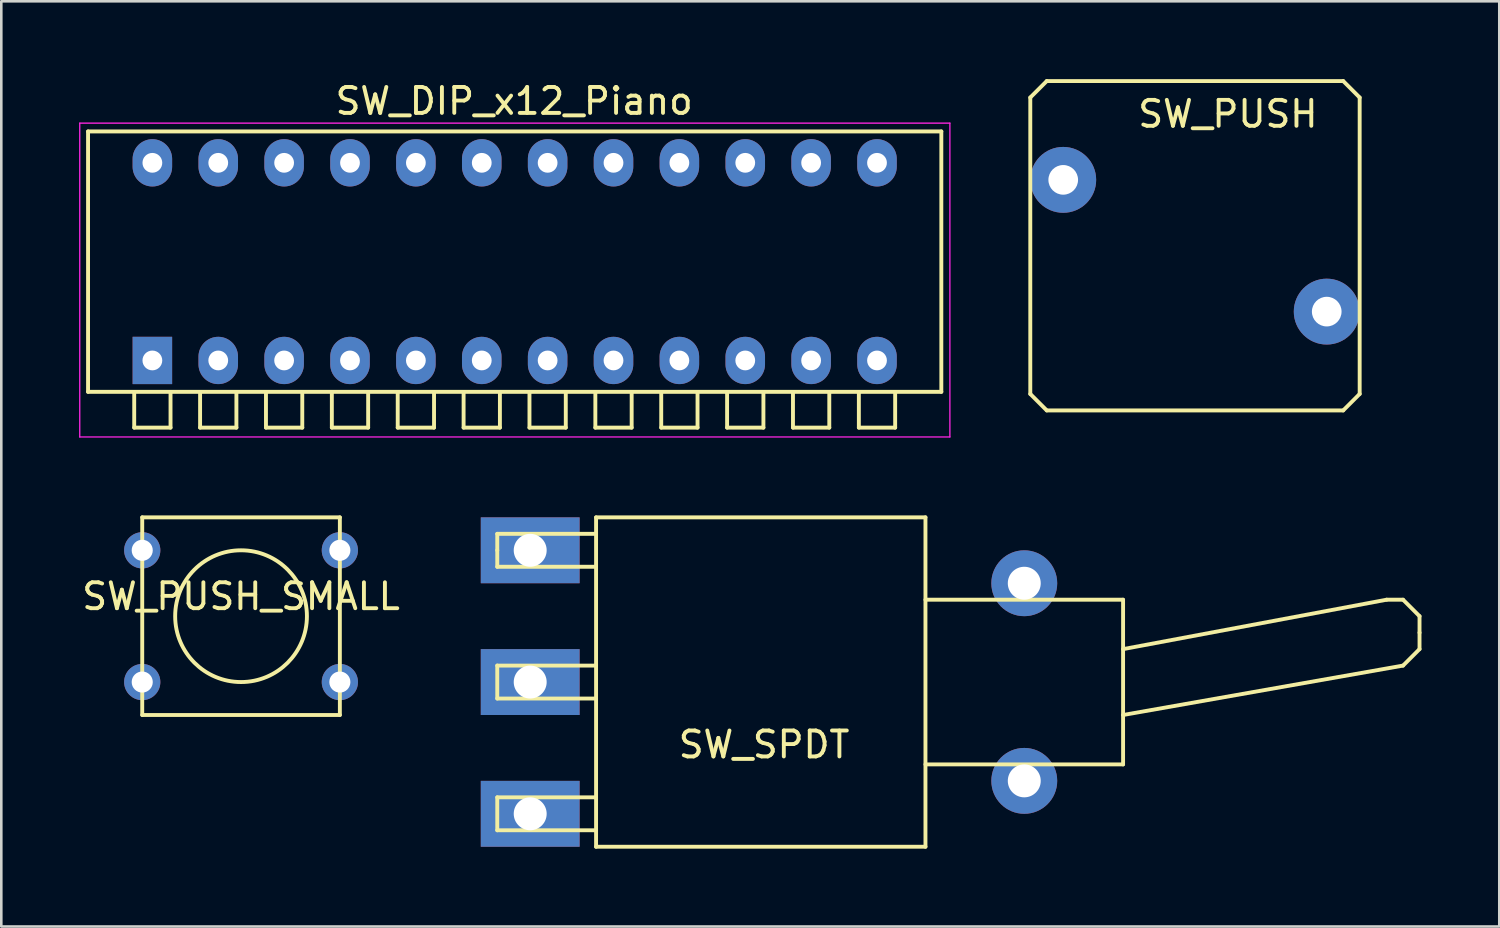
<source format=kicad_pcb>
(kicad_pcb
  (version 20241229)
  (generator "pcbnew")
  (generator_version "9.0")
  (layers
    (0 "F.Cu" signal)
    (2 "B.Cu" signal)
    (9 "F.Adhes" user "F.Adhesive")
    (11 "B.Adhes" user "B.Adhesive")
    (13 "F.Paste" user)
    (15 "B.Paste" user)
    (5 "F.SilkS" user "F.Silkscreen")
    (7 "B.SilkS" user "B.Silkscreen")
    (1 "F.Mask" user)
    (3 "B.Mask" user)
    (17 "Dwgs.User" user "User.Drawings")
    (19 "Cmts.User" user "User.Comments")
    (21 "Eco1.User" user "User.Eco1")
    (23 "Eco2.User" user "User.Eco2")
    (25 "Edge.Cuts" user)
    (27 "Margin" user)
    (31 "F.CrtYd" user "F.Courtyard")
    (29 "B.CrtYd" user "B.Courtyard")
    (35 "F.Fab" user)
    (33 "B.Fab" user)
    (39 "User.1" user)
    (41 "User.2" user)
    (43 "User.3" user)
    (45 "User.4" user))
  (footprint "SW_PUSH_SMALL"
    (layer "F.Cu")
    (at 6.244 20.708)
    (property "Reference" "SW_PUSH_SMALL" (at 0 -0.762 0) (layer "F.SilkS") (effects (font (size 1 1) (thickness 0.15))))
    (attr through_hole)
    (fp_line (start -3.81 -3.81) (end -3.81 3.81) (stroke (width 0.15) (type solid)) (layer "F.SilkS"))
    (fp_line (start -3.81 -3.81) (end 3.81 -3.81) (stroke (width 0.15) (type solid)) (layer "F.SilkS"))
    (fp_line (start 3.81 -3.81) (end 3.81 3.81) (stroke (width 0.15) (type solid)) (layer "F.SilkS"))
    (fp_line (start 3.81 3.81) (end -3.81 3.81) (stroke (width 0.15) (type solid)) (layer "F.SilkS"))
    (fp_circle (center 0 0) (end 0 -2.54) (stroke (width 0.15) (type solid)) (fill no) (layer "F.SilkS"))
    (pad "1" thru_hole circle (at -3.81 -2.54) (size 1.397 1.397) (drill 0.813) (layers "*.Cu" "*.Mask"))
    (pad "1" thru_hole circle (at 3.81 -2.54) (size 1.397 1.397) (drill 0.813) (layers "*.Cu" "*.Mask"))
    (pad "2" thru_hole circle (at -3.81 2.54) (size 1.397 1.397) (drill 0.813) (layers "*.Cu" "*.Mask"))
    (pad "2" thru_hole circle (at 3.81 2.54) (size 1.397 1.397) (drill 0.813) (layers "*.Cu" "*.Mask")))
  (footprint "SW_PUSH"
    (layer "F.Cu")
    (at 43.025 6.425)
    (property "Reference" "SW_PUSH" (at 1.27 -5.08 0) (layer "F.SilkS") (effects (font (size 1 1) (thickness 0.15))))
    (attr through_hole)
    (fp_line (start -6.35 -5.715) (end -5.715 -6.35) (stroke (width 0.15) (type solid)) (layer "F.SilkS"))
    (fp_line (start -6.35 5.715) (end -6.35 -5.715) (stroke (width 0.15) (type solid)) (layer "F.SilkS"))
    (fp_line (start -5.715 -6.35) (end 5.715 -6.35) (stroke (width 0.15) (type solid)) (layer "F.SilkS"))
    (fp_line (start -5.715 6.35) (end -6.35 5.715) (stroke (width 0.15) (type solid)) (layer "F.SilkS"))
    (fp_line (start 5.715 -6.35) (end 6.35 -5.715) (stroke (width 0.15) (type solid)) (layer "F.SilkS"))
    (fp_line (start 5.715 6.35) (end -5.715 6.35) (stroke (width 0.15) (type solid)) (layer "F.SilkS"))
    (fp_line (start 6.35 -5.715) (end 6.35 5.715) (stroke (width 0.15) (type solid)) (layer "F.SilkS"))
    (fp_line (start 6.35 5.715) (end 5.715 6.35) (stroke (width 0.15) (type solid)) (layer "F.SilkS"))
    (pad "1" thru_hole circle (at -5.08 -2.54) (size 2.54 2.54) (drill 1.143) (layers "*.Cu" "*.Mask"))
    (pad "2" thru_hole circle (at 5.08 2.54) (size 2.54 2.54) (drill 1.143) (layers "*.Cu" "*.Mask")))
  (footprint "SW_DIP_x12_Piano"
    (layer "F.Cu")
    (at 2.825 10.848)
    (property "Reference" "SW_DIP_x12_Piano" (at 13.95 -10 0) (layer "F.SilkS") (effects (font (size 1 1) (thickness 0.15))))
    (attr through_hole)
    (fp_line (start -2.48 -8.83) (end 30.42 -8.83) (stroke (width 0.15) (type solid)) (layer "F.SilkS"))
    (fp_line (start -2.48 1.21) (end -2.48 -8.83) (stroke (width 0.15) (type solid)) (layer "F.SilkS"))
    (fp_line (start -0.7 1.22) (end -0.7 2.59) (stroke (width 0.15) (type solid)) (layer "F.SilkS"))
    (fp_line (start -0.7 2.59) (end 0.7 2.59) (stroke (width 0.15) (type solid)) (layer "F.SilkS"))
    (fp_line (start 0.7 2.59) (end 0.7 1.22) (stroke (width 0.15) (type solid)) (layer "F.SilkS"))
    (fp_line (start 1.84 1.22) (end 1.84 2.59) (stroke (width 0.15) (type solid)) (layer "F.SilkS"))
    (fp_line (start 1.84 2.59) (end 3.24 2.59) (stroke (width 0.15) (type solid)) (layer "F.SilkS"))
    (fp_line (start 3.24 2.59) (end 3.24 1.22) (stroke (width 0.15) (type solid)) (layer "F.SilkS"))
    (fp_line (start 4.38 1.22) (end 4.38 2.59) (stroke (width 0.15) (type solid)) (layer "F.SilkS"))
    (fp_line (start 4.38 2.59) (end 5.78 2.59) (stroke (width 0.15) (type solid)) (layer "F.SilkS"))
    (fp_line (start 5.78 2.59) (end 5.78 1.22) (stroke (width 0.15) (type solid)) (layer "F.SilkS"))
    (fp_line (start 6.92 1.22) (end 6.92 2.59) (stroke (width 0.15) (type solid)) (layer "F.SilkS"))
    (fp_line (start 6.92 2.59) (end 8.32 2.59) (stroke (width 0.15) (type solid)) (layer "F.SilkS"))
    (fp_line (start 8.32 2.59) (end 8.32 1.22) (stroke (width 0.15) (type solid)) (layer "F.SilkS"))
    (fp_line (start 9.46 1.22) (end 9.46 2.59) (stroke (width 0.15) (type solid)) (layer "F.SilkS"))
    (fp_line (start 9.46 2.59) (end 10.86 2.59) (stroke (width 0.15) (type solid)) (layer "F.SilkS"))
    (fp_line (start 10.86 2.59) (end 10.86 1.22) (stroke (width 0.15) (type solid)) (layer "F.SilkS"))
    (fp_line (start 12 1.22) (end 12 2.59) (stroke (width 0.15) (type solid)) (layer "F.SilkS"))
    (fp_line (start 12 2.59) (end 13.4 2.59) (stroke (width 0.15) (type solid)) (layer "F.SilkS"))
    (fp_line (start 13.4 2.59) (end 13.4 1.22) (stroke (width 0.15) (type solid)) (layer "F.SilkS"))
    (fp_line (start 14.54 1.22) (end 14.54 2.59) (stroke (width 0.15) (type solid)) (layer "F.SilkS"))
    (fp_line (start 14.54 2.59) (end 15.94 2.59) (stroke (width 0.15) (type solid)) (layer "F.SilkS"))
    (fp_line (start 15.94 2.59) (end 15.94 1.22) (stroke (width 0.15) (type solid)) (layer "F.SilkS"))
    (fp_line (start 17.08 1.22) (end 17.08 2.59) (stroke (width 0.15) (type solid)) (layer "F.SilkS"))
    (fp_line (start 17.08 2.59) (end 18.48 2.59) (stroke (width 0.15) (type solid)) (layer "F.SilkS"))
    (fp_line (start 18.48 2.59) (end 18.48 1.22) (stroke (width 0.15) (type solid)) (layer "F.SilkS"))
    (fp_line (start 19.62 1.22) (end 19.62 2.59) (stroke (width 0.15) (type solid)) (layer "F.SilkS"))
    (fp_line (start 19.62 2.59) (end 21.02 2.59) (stroke (width 0.15) (type solid)) (layer "F.SilkS"))
    (fp_line (start 21.02 2.59) (end 21.02 1.22) (stroke (width 0.15) (type solid)) (layer "F.SilkS"))
    (fp_line (start 22.16 1.22) (end 22.16 2.59) (stroke (width 0.15) (type solid)) (layer "F.SilkS"))
    (fp_line (start 22.16 2.59) (end 23.56 2.59) (stroke (width 0.15) (type solid)) (layer "F.SilkS"))
    (fp_line (start 23.56 2.59) (end 23.56 1.22) (stroke (width 0.15) (type solid)) (layer "F.SilkS"))
    (fp_line (start 24.7 1.22) (end 24.7 2.59) (stroke (width 0.15) (type solid)) (layer "F.SilkS"))
    (fp_line (start 24.7 2.59) (end 26.1 2.59) (stroke (width 0.15) (type solid)) (layer "F.SilkS"))
    (fp_line (start 26.1 2.59) (end 26.1 1.22) (stroke (width 0.15) (type solid)) (layer "F.SilkS"))
    (fp_line (start 27.24 1.22) (end 27.24 2.59) (stroke (width 0.15) (type solid)) (layer "F.SilkS"))
    (fp_line (start 27.24 2.59) (end 28.64 2.59) (stroke (width 0.15) (type solid)) (layer "F.SilkS"))
    (fp_line (start 28.64 2.59) (end 28.64 1.22) (stroke (width 0.15) (type solid)) (layer "F.SilkS"))
    (fp_line (start 30.42 -8.83) (end 30.42 1.21) (stroke (width 0.15) (type solid)) (layer "F.SilkS"))
    (fp_line (start 30.42 1.21) (end -2.48 1.21) (stroke (width 0.15) (type solid)) (layer "F.SilkS"))
    (fp_line (start -2.8 -9.15) (end -2.8 2.95) (stroke (width 0.05) (type solid)) (layer "F.CrtYd"))
    (fp_line (start -2.8 2.95) (end 30.75 2.95) (stroke (width 0.05) (type solid)) (layer "F.CrtYd"))
    (fp_line (start 30.75 -9.15) (end -2.8 -9.15) (stroke (width 0.05) (type solid)) (layer "F.CrtYd"))
    (fp_line (start 30.75 2.95) (end 30.75 -9.15) (stroke (width 0.05) (type solid)) (layer "F.CrtYd"))
    (pad "1" thru_hole rect (at 0 0) (size 1.524 1.824) (drill 0.762) (layers "*.Cu" "*.Mask"))
    (pad "2" thru_hole oval (at 2.54 0) (size 1.524 1.824) (drill 0.762) (layers "*.Cu" "*.Mask"))
    (pad "3" thru_hole oval (at 5.08 0) (size 1.524 1.824) (drill 0.762) (layers "*.Cu" "*.Mask"))
    (pad "4" thru_hole oval (at 7.62 0) (size 1.524 1.824) (drill 0.762) (layers "*.Cu" "*.Mask"))
    (pad "5" thru_hole oval (at 10.16 0) (size 1.524 1.824) (drill 0.762) (layers "*.Cu" "*.Mask"))
    (pad "6" thru_hole oval (at 12.7 0) (size 1.524 1.824) (drill 0.762) (layers "*.Cu" "*.Mask"))
    (pad "7" thru_hole oval (at 15.24 0) (size 1.524 1.824) (drill 0.762) (layers "*.Cu" "*.Mask"))
    (pad "8" thru_hole oval (at 17.78 0) (size 1.524 1.824) (drill 0.762) (layers "*.Cu" "*.Mask"))
    (pad "9" thru_hole oval (at 20.32 0) (size 1.524 1.824) (drill 0.762) (layers "*.Cu" "*.Mask"))
    (pad "10" thru_hole oval (at 22.86 0) (size 1.524 1.824) (drill 0.762) (layers "*.Cu" "*.Mask"))
    (pad "11" thru_hole oval (at 25.4 0) (size 1.524 1.824) (drill 0.762) (layers "*.Cu" "*.Mask"))
    (pad "12" thru_hole oval (at 27.94 0) (size 1.524 1.824) (drill 0.762) (layers "*.Cu" "*.Mask"))
    (pad "13" thru_hole oval (at 27.94 -7.62) (size 1.524 1.824) (drill 0.762) (layers "*.Cu" "*.Mask"))
    (pad "14" thru_hole oval (at 25.4 -7.62) (size 1.524 1.824) (drill 0.762) (layers "*.Cu" "*.Mask"))
    (pad "15" thru_hole oval (at 22.86 -7.62) (size 1.524 1.824) (drill 0.762) (layers "*.Cu" "*.Mask"))
    (pad "16" thru_hole oval (at 20.32 -7.62) (size 1.524 1.824) (drill 0.762) (layers "*.Cu" "*.Mask"))
    (pad "17" thru_hole oval (at 17.78 -7.62) (size 1.524 1.824) (drill 0.762) (layers "*.Cu" "*.Mask"))
    (pad "18" thru_hole oval (at 15.24 -7.62) (size 1.524 1.824) (drill 0.762) (layers "*.Cu" "*.Mask"))
    (pad "19" thru_hole oval (at 12.7 -7.62) (size 1.524 1.824) (drill 0.762) (layers "*.Cu" "*.Mask"))
    (pad "20" thru_hole oval (at 10.16 -7.62) (size 1.524 1.824) (drill 0.762) (layers "*.Cu" "*.Mask"))
    (pad "21" thru_hole oval (at 7.62 -7.62) (size 1.524 1.824) (drill 0.762) (layers "*.Cu" "*.Mask"))
    (pad "22" thru_hole oval (at 5.08 -7.62) (size 1.524 1.824) (drill 0.762) (layers "*.Cu" "*.Mask"))
    (pad "23" thru_hole oval (at 2.54 -7.62) (size 1.524 1.824) (drill 0.762) (layers "*.Cu" "*.Mask"))
    (pad "24" thru_hole oval (at 0 -7.62) (size 1.524 1.824) (drill 0.762) (layers "*.Cu" "*.Mask")))
  (footprint "SW_SPDT"
    (layer "F.Cu")
    (at 17.393 23.248)
    (property "Reference" "SW_SPDT" (at 9.017 2.413 180) (layer "F.SilkS") (effects (font (size 1 1) (thickness 0.15))))
    (attr through_hole)
    (fp_line (start -1.27 -5.715) (end -1.27 -5.08) (stroke (width 0.15) (type solid)) (layer "F.SilkS"))
    (fp_line (start -1.27 -5.715) (end 2.54 -5.715) (stroke (width 0.15) (type solid)) (layer "F.SilkS"))
    (fp_line (start -1.27 -5.08) (end -1.27 -4.445) (stroke (width 0.15) (type solid)) (layer "F.SilkS"))
    (fp_line (start -1.27 -4.445) (end 2.54 -4.445) (stroke (width 0.15) (type solid)) (layer "F.SilkS"))
    (fp_line (start -1.27 -0.635) (end -1.27 0.635) (stroke (width 0.15) (type solid)) (layer "F.SilkS"))
    (fp_line (start -1.27 0.635) (end 2.54 0.635) (stroke (width 0.15) (type solid)) (layer "F.SilkS"))
    (fp_line (start -1.27 4.445) (end -1.27 5.715) (stroke (width 0.15) (type solid)) (layer "F.SilkS"))
    (fp_line (start -1.27 5.715) (end 2.54 5.715) (stroke (width 0.15) (type solid)) (layer "F.SilkS"))
    (fp_line (start 2.54 -6.35) (end 2.54 6.35) (stroke (width 0.15) (type solid)) (layer "F.SilkS"))
    (fp_line (start 2.54 -0.635) (end -1.27 -0.635) (stroke (width 0.15) (type solid)) (layer "F.SilkS"))
    (fp_line (start 2.54 4.445) (end -1.27 4.445) (stroke (width 0.15) (type solid)) (layer "F.SilkS"))
    (fp_line (start 2.54 6.35) (end 15.24 6.35) (stroke (width 0.15) (type solid)) (layer "F.SilkS"))
    (fp_line (start 15.24 -6.35) (end 2.54 -6.35) (stroke (width 0.15) (type solid)) (layer "F.SilkS"))
    (fp_line (start 15.24 -3.175) (end 22.86 -3.175) (stroke (width 0.15) (type solid)) (layer "F.SilkS"))
    (fp_line (start 15.24 6.35) (end 15.24 -6.35) (stroke (width 0.15) (type solid)) (layer "F.SilkS"))
    (fp_line (start 22.86 -3.175) (end 22.86 3.175) (stroke (width 0.15) (type solid)) (layer "F.SilkS"))
    (fp_line (start 22.86 -1.27) (end 33.02 -3.175) (stroke (width 0.15) (type solid)) (layer "F.SilkS"))
    (fp_line (start 22.86 3.175) (end 15.24 3.175) (stroke (width 0.15) (type solid)) (layer "F.SilkS"))
    (fp_line (start 33.02 -3.175) (end 33.655 -3.175) (stroke (width 0.15) (type solid)) (layer "F.SilkS"))
    (fp_line (start 33.655 -3.175) (end 34.29 -2.54) (stroke (width 0.15) (type solid)) (layer "F.SilkS"))
    (fp_line (start 33.655 -0.635) (end 22.86 1.27) (stroke (width 0.15) (type solid)) (layer "F.SilkS"))
    (fp_line (start 34.29 -2.54) (end 34.29 -1.905) (stroke (width 0.15) (type solid)) (layer "F.SilkS"))
    (fp_line (start 34.29 -1.905) (end 34.29 -1.27) (stroke (width 0.15) (type solid)) (layer "F.SilkS"))
    (fp_line (start 34.29 -1.27) (end 33.655 -0.635) (stroke (width 0.15) (type solid)) (layer "F.SilkS"))
    (pad "1" thru_hole rect (at 0 -5.08) (size 3.81 2.54) (drill 1.27) (layers "*.Cu" "*.Mask"))
    (pad "2" thru_hole rect (at 0 0) (size 3.81 2.54) (drill 1.27) (layers "*.Cu" "*.Mask"))
    (pad "3" thru_hole rect (at 0 5.08) (size 3.81 2.54) (drill 1.27) (layers "*.Cu" "*.Mask"))
    (pad "H1" thru_hole circle (at 19.05 -3.81) (size 2.54 2.54) (drill 1.27) (layers "*.Cu" "*.Mask"))
    (pad "H2" thru_hole circle (at 19.05 3.81) (size 2.54 2.54) (drill 1.27) (layers "*.Cu" "*.Mask")))
  (gr_rect
    (start -3 -3)
    (end 54.758 32.673)
    (stroke (width 0.1) (type default))
    (fill no)
    (layer "Edge.Cuts")))
</source>
